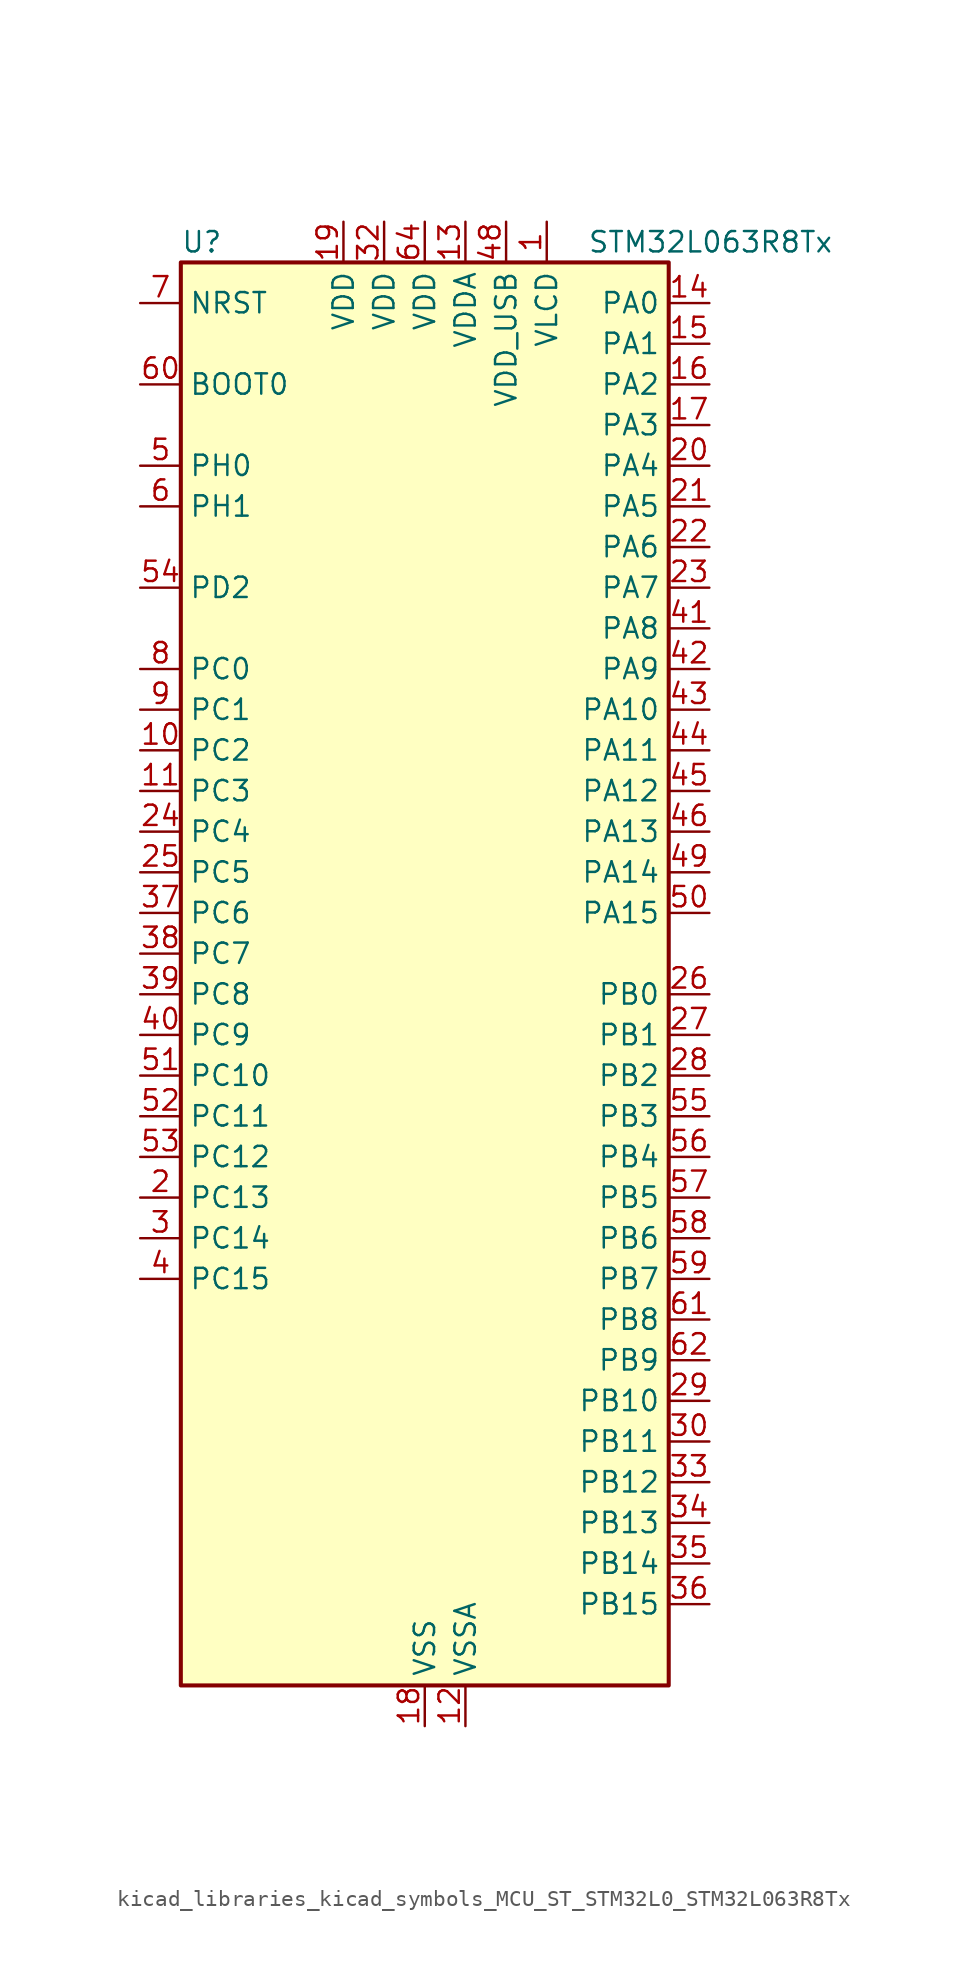
<source format=kicad_sym>
(kicad_symbol_lib
  (version 20220914)
  (generator kicad_symbol_editor)
  (symbol "kicad_libraries_kicad_symbols_MCU_ST_STM32L0_STM32L063R8Tx"
    (property "Reference" "U"
      (at -15.24 46.99 0)
      (effects (font (size 1.27 1.27)) (justify left)))
    (property "Value" "STM32L063R8Tx"
      (at 10.16 46.99 0)
      (effects (font (size 1.27 1.27)) (justify left)))
    (property "ki_locked" ""
      (at 0 0 0)
      (effects (font (size 1.27 1.27))))
    (symbol "kicad_libraries_kicad_symbols_MCU_ST_STM32L0_STM32L063R8Tx_0_1"
      (rectangle (start -15.24 -43.18) (end 15.24 45.72) (stroke (width 0.254) (type default)) (fill (type background))))
    (symbol "kicad_libraries_kicad_symbols_MCU_ST_STM32L0_STM32L063R8Tx_1_1"
      (pin power_in line (at 7.62 48.26 270) (length 2.54) (name "VLCD" (effects (font (size 1.27 1.27)))) (number "1" (effects (font (size 1.27 1.27)))))
      (pin bidirectional line (at -17.78 15.24 0) (length 2.54) (name "PC2" (effects (font (size 1.27 1.27)))) (number "10" (effects (font (size 1.27 1.27)))) (alternate "ADC_IN12" bidirectional line) (alternate "I2S2_MCK" bidirectional line) (alternate "LCD_SEG20" bidirectional line) (alternate "LPTIM1_IN2" bidirectional line) (alternate "SPI2_MISO" bidirectional line) (alternate "TSC_G7_IO3" bidirectional line))
      (pin bidirectional line (at -17.78 12.7 0) (length 2.54) (name "PC3" (effects (font (size 1.27 1.27)))) (number "11" (effects (font (size 1.27 1.27)))) (alternate "ADC_IN13" bidirectional line) (alternate "I2S2_SD" bidirectional line) (alternate "LCD_SEG21" bidirectional line) (alternate "LPTIM1_ETR" bidirectional line) (alternate "SPI2_MOSI" bidirectional line) (alternate "TSC_G7_IO4" bidirectional line))
      (pin power_in line (at 2.54 -45.72 90) (length 2.54) (name "VSSA" (effects (font (size 1.27 1.27)))) (number "12" (effects (font (size 1.27 1.27)))))
      (pin power_in line (at 2.54 48.26 270) (length 2.54) (name "VDDA" (effects (font (size 1.27 1.27)))) (number "13" (effects (font (size 1.27 1.27)))))
      (pin bidirectional line (at 17.78 43.18 180) (length 2.54) (name "PA0" (effects (font (size 1.27 1.27)))) (number "14" (effects (font (size 1.27 1.27)))) (alternate "ADC_IN0" bidirectional line) (alternate "COMP1_INM" bidirectional line) (alternate "COMP1_OUT" bidirectional line) (alternate "RTC_TAMP2" bidirectional line) (alternate "SYS_WKUP1" bidirectional line) (alternate "TIM2_CH1" bidirectional line) (alternate "TIM2_ETR" bidirectional line) (alternate "TSC_G1_IO1" bidirectional line) (alternate "USART2_CTS" bidirectional line))
      (pin bidirectional line (at 17.78 40.64 180) (length 2.54) (name "PA1" (effects (font (size 1.27 1.27)))) (number "15" (effects (font (size 1.27 1.27)))) (alternate "ADC_IN1" bidirectional line) (alternate "COMP1_INP" bidirectional line) (alternate "LCD_SEG0" bidirectional line) (alternate "TIM21_ETR" bidirectional line) (alternate "TIM2_CH2" bidirectional line) (alternate "TSC_G1_IO2" bidirectional line) (alternate "USART2_DE" bidirectional line) (alternate "USART2_RTS" bidirectional line))
      (pin bidirectional line (at 17.78 38.1 180) (length 2.54) (name "PA2" (effects (font (size 1.27 1.27)))) (number "16" (effects (font (size 1.27 1.27)))) (alternate "ADC_IN2" bidirectional line) (alternate "COMP2_INM" bidirectional line) (alternate "COMP2_OUT" bidirectional line) (alternate "LCD_SEG1" bidirectional line) (alternate "TIM21_CH1" bidirectional line) (alternate "TIM2_CH3" bidirectional line) (alternate "TSC_G1_IO3" bidirectional line) (alternate "USART2_TX" bidirectional line))
      (pin bidirectional line (at 17.78 35.56 180) (length 2.54) (name "PA3" (effects (font (size 1.27 1.27)))) (number "17" (effects (font (size 1.27 1.27)))) (alternate "ADC_IN3" bidirectional line) (alternate "COMP2_INP" bidirectional line) (alternate "LCD_SEG2" bidirectional line) (alternate "TIM21_CH2" bidirectional line) (alternate "TIM2_CH4" bidirectional line) (alternate "TSC_G1_IO4" bidirectional line) (alternate "USART2_RX" bidirectional line))
      (pin power_in line (at 0 -45.72 90) (length 2.54) (name "VSS" (effects (font (size 1.27 1.27)))) (number "18" (effects (font (size 1.27 1.27)))))
      (pin power_in line (at -5.08 48.26 270) (length 2.54) (name "VDD" (effects (font (size 1.27 1.27)))) (number "19" (effects (font (size 1.27 1.27)))))
      (pin bidirectional line (at -17.78 -12.7 0) (length 2.54) (name "PC13" (effects (font (size 1.27 1.27)))) (number "2" (effects (font (size 1.27 1.27)))) (alternate "RTC_OUT_ALARM" bidirectional line) (alternate "RTC_OUT_CALIB" bidirectional line) (alternate "RTC_TAMP1" bidirectional line) (alternate "RTC_TS" bidirectional line) (alternate "SYS_WKUP2" bidirectional line))
      (pin bidirectional line (at 17.78 33.02 180) (length 2.54) (name "PA4" (effects (font (size 1.27 1.27)))) (number "20" (effects (font (size 1.27 1.27)))) (alternate "ADC_IN4" bidirectional line) (alternate "COMP1_INM" bidirectional line) (alternate "COMP2_INM" bidirectional line) (alternate "DAC_OUT1" bidirectional line) (alternate "SPI1_NSS" bidirectional line) (alternate "TIM22_ETR" bidirectional line) (alternate "TSC_G2_IO1" bidirectional line) (alternate "USART2_CK" bidirectional line))
      (pin bidirectional line (at 17.78 30.48 180) (length 2.54) (name "PA5" (effects (font (size 1.27 1.27)))) (number "21" (effects (font (size 1.27 1.27)))) (alternate "ADC_IN5" bidirectional line) (alternate "COMP1_INM" bidirectional line) (alternate "COMP2_INM" bidirectional line) (alternate "SPI1_SCK" bidirectional line) (alternate "TIM2_CH1" bidirectional line) (alternate "TIM2_ETR" bidirectional line) (alternate "TSC_G2_IO2" bidirectional line))
      (pin bidirectional line (at 17.78 27.94 180) (length 2.54) (name "PA6" (effects (font (size 1.27 1.27)))) (number "22" (effects (font (size 1.27 1.27)))) (alternate "ADC_IN6" bidirectional line) (alternate "COMP1_OUT" bidirectional line) (alternate "LCD_SEG3" bidirectional line) (alternate "LPUART1_CTS" bidirectional line) (alternate "SPI1_MISO" bidirectional line) (alternate "TIM22_CH1" bidirectional line) (alternate "TSC_G2_IO3" bidirectional line))
      (pin bidirectional line (at 17.78 25.4 180) (length 2.54) (name "PA7" (effects (font (size 1.27 1.27)))) (number "23" (effects (font (size 1.27 1.27)))) (alternate "ADC_IN7" bidirectional line) (alternate "COMP2_OUT" bidirectional line) (alternate "LCD_SEG4" bidirectional line) (alternate "SPI1_MOSI" bidirectional line) (alternate "TIM22_CH2" bidirectional line) (alternate "TSC_G2_IO4" bidirectional line))
      (pin bidirectional line (at -17.78 10.16 0) (length 2.54) (name "PC4" (effects (font (size 1.27 1.27)))) (number "24" (effects (font (size 1.27 1.27)))) (alternate "ADC_IN14" bidirectional line) (alternate "LCD_SEG22" bidirectional line) (alternate "LPUART1_TX" bidirectional line))
      (pin bidirectional line (at -17.78 7.62 0) (length 2.54) (name "PC5" (effects (font (size 1.27 1.27)))) (number "25" (effects (font (size 1.27 1.27)))) (alternate "ADC_IN15" bidirectional line) (alternate "LCD_SEG23" bidirectional line) (alternate "LPUART1_RX" bidirectional line) (alternate "TSC_G3_IO1" bidirectional line))
      (pin bidirectional line (at 17.78 0 180) (length 2.54) (name "PB0" (effects (font (size 1.27 1.27)))) (number "26" (effects (font (size 1.27 1.27)))) (alternate "ADC_IN8" bidirectional line) (alternate "LCD_SEG5" bidirectional line) (alternate "LCD_VLCD3" bidirectional line) (alternate "SYS_VREF_OUT_PB0" bidirectional line) (alternate "TSC_G3_IO2" bidirectional line))
      (pin bidirectional line (at 17.78 -2.54 180) (length 2.54) (name "PB1" (effects (font (size 1.27 1.27)))) (number "27" (effects (font (size 1.27 1.27)))) (alternate "ADC_IN9" bidirectional line) (alternate "LCD_SEG6" bidirectional line) (alternate "LPUART1_DE" bidirectional line) (alternate "LPUART1_RTS" bidirectional line) (alternate "SYS_VREF_OUT_PB1" bidirectional line) (alternate "TSC_G3_IO3" bidirectional line))
      (pin bidirectional line (at 17.78 -5.08 180) (length 2.54) (name "PB2" (effects (font (size 1.27 1.27)))) (number "28" (effects (font (size 1.27 1.27)))) (alternate "LCD_VLCD1" bidirectional line) (alternate "LPTIM1_OUT" bidirectional line) (alternate "TSC_G3_IO4" bidirectional line))
      (pin bidirectional line (at 17.78 -25.4 180) (length 2.54) (name "PB10" (effects (font (size 1.27 1.27)))) (number "29" (effects (font (size 1.27 1.27)))) (alternate "I2C2_SCL" bidirectional line) (alternate "LCD_SEG10" bidirectional line) (alternate "LPUART1_TX" bidirectional line) (alternate "SPI2_SCK" bidirectional line) (alternate "TIM2_CH3" bidirectional line) (alternate "TSC_SYNC" bidirectional line))
      (pin bidirectional line (at -17.78 -15.24 0) (length 2.54) (name "PC14" (effects (font (size 1.27 1.27)))) (number "3" (effects (font (size 1.27 1.27)))) (alternate "RCC_OSC32_IN" bidirectional line))
      (pin bidirectional line (at 17.78 -27.94 180) (length 2.54) (name "PB11" (effects (font (size 1.27 1.27)))) (number "30" (effects (font (size 1.27 1.27)))) (alternate "ADC_EXTI11" bidirectional line) (alternate "I2C2_SDA" bidirectional line) (alternate "LCD_SEG11" bidirectional line) (alternate "LPUART1_RX" bidirectional line) (alternate "TIM2_CH4" bidirectional line) (alternate "TSC_G6_IO1" bidirectional line))
      (pin passive line (at 0 -45.72 90) (length 2.54) hide (name "VSS" (effects (font (size 1.27 1.27)))) (number "31" (effects (font (size 1.27 1.27)))))
      (pin power_in line (at -2.54 48.26 270) (length 2.54) (name "VDD" (effects (font (size 1.27 1.27)))) (number "32" (effects (font (size 1.27 1.27)))))
      (pin bidirectional line (at 17.78 -30.48 180) (length 2.54) (name "PB12" (effects (font (size 1.27 1.27)))) (number "33" (effects (font (size 1.27 1.27)))) (alternate "I2S2_WS" bidirectional line) (alternate "LCD_SEG12" bidirectional line) (alternate "LCD_VLCD2" bidirectional line) (alternate "LPUART1_DE" bidirectional line) (alternate "LPUART1_RTS" bidirectional line) (alternate "SPI2_NSS" bidirectional line) (alternate "TSC_G6_IO2" bidirectional line))
      (pin bidirectional line (at 17.78 -33.02 180) (length 2.54) (name "PB13" (effects (font (size 1.27 1.27)))) (number "34" (effects (font (size 1.27 1.27)))) (alternate "I2C2_SCL" bidirectional line) (alternate "I2S2_CK" bidirectional line) (alternate "LCD_SEG13" bidirectional line) (alternate "LPUART1_CTS" bidirectional line) (alternate "SPI2_SCK" bidirectional line) (alternate "TIM21_CH1" bidirectional line) (alternate "TSC_G6_IO3" bidirectional line))
      (pin bidirectional line (at 17.78 -35.56 180) (length 2.54) (name "PB14" (effects (font (size 1.27 1.27)))) (number "35" (effects (font (size 1.27 1.27)))) (alternate "I2C2_SDA" bidirectional line) (alternate "I2S2_MCK" bidirectional line) (alternate "LCD_SEG14" bidirectional line) (alternate "LPUART1_DE" bidirectional line) (alternate "LPUART1_RTS" bidirectional line) (alternate "RTC_OUT_ALARM" bidirectional line) (alternate "RTC_OUT_CALIB" bidirectional line) (alternate "SPI2_MISO" bidirectional line) (alternate "TIM21_CH2" bidirectional line) (alternate "TSC_G6_IO4" bidirectional line))
      (pin bidirectional line (at 17.78 -38.1 180) (length 2.54) (name "PB15" (effects (font (size 1.27 1.27)))) (number "36" (effects (font (size 1.27 1.27)))) (alternate "I2S2_SD" bidirectional line) (alternate "LCD_SEG15" bidirectional line) (alternate "RTC_REFIN" bidirectional line) (alternate "SPI2_MOSI" bidirectional line))
      (pin bidirectional line (at -17.78 5.08 0) (length 2.54) (name "PC6" (effects (font (size 1.27 1.27)))) (number "37" (effects (font (size 1.27 1.27)))) (alternate "LCD_SEG24" bidirectional line) (alternate "TIM22_CH1" bidirectional line) (alternate "TSC_G8_IO1" bidirectional line))
      (pin bidirectional line (at -17.78 2.54 0) (length 2.54) (name "PC7" (effects (font (size 1.27 1.27)))) (number "38" (effects (font (size 1.27 1.27)))) (alternate "LCD_SEG25" bidirectional line) (alternate "TIM22_CH2" bidirectional line) (alternate "TSC_G8_IO2" bidirectional line))
      (pin bidirectional line (at -17.78 0 0) (length 2.54) (name "PC8" (effects (font (size 1.27 1.27)))) (number "39" (effects (font (size 1.27 1.27)))) (alternate "LCD_SEG26" bidirectional line) (alternate "TIM22_ETR" bidirectional line) (alternate "TSC_G8_IO3" bidirectional line))
      (pin bidirectional line (at -17.78 -17.78 0) (length 2.54) (name "PC15" (effects (font (size 1.27 1.27)))) (number "4" (effects (font (size 1.27 1.27)))) (alternate "RCC_OSC32_OUT" bidirectional line))
      (pin bidirectional line (at -17.78 -2.54 0) (length 2.54) (name "PC9" (effects (font (size 1.27 1.27)))) (number "40" (effects (font (size 1.27 1.27)))) (alternate "DAC_EXTI9" bidirectional line) (alternate "LCD_SEG27" bidirectional line) (alternate "TIM21_ETR" bidirectional line) (alternate "TSC_G8_IO4" bidirectional line) (alternate "USB_NOE" bidirectional line))
      (pin bidirectional line (at 17.78 22.86 180) (length 2.54) (name "PA8" (effects (font (size 1.27 1.27)))) (number "41" (effects (font (size 1.27 1.27)))) (alternate "CRS_SYNC" bidirectional line) (alternate "LCD_COM0" bidirectional line) (alternate "RCC_MCO" bidirectional line) (alternate "USART1_CK" bidirectional line))
      (pin bidirectional line (at 17.78 20.32 180) (length 2.54) (name "PA9" (effects (font (size 1.27 1.27)))) (number "42" (effects (font (size 1.27 1.27)))) (alternate "DAC_EXTI9" bidirectional line) (alternate "LCD_COM1" bidirectional line) (alternate "RCC_MCO" bidirectional line) (alternate "TSC_G4_IO1" bidirectional line) (alternate "USART1_TX" bidirectional line))
      (pin bidirectional line (at 17.78 17.78 180) (length 2.54) (name "PA10" (effects (font (size 1.27 1.27)))) (number "43" (effects (font (size 1.27 1.27)))) (alternate "LCD_COM2" bidirectional line) (alternate "TSC_G4_IO2" bidirectional line) (alternate "USART1_RX" bidirectional line))
      (pin bidirectional line (at 17.78 15.24 180) (length 2.54) (name "PA11" (effects (font (size 1.27 1.27)))) (number "44" (effects (font (size 1.27 1.27)))) (alternate "ADC_EXTI11" bidirectional line) (alternate "COMP1_OUT" bidirectional line) (alternate "SPI1_MISO" bidirectional line) (alternate "TSC_G4_IO3" bidirectional line) (alternate "USART1_CTS" bidirectional line) (alternate "USB_DM" bidirectional line))
      (pin bidirectional line (at 17.78 12.7 180) (length 2.54) (name "PA12" (effects (font (size 1.27 1.27)))) (number "45" (effects (font (size 1.27 1.27)))) (alternate "COMP2_OUT" bidirectional line) (alternate "SPI1_MOSI" bidirectional line) (alternate "TSC_G4_IO4" bidirectional line) (alternate "USART1_DE" bidirectional line) (alternate "USART1_RTS" bidirectional line) (alternate "USB_DP" bidirectional line))
      (pin bidirectional line (at 17.78 10.16 180) (length 2.54) (name "PA13" (effects (font (size 1.27 1.27)))) (number "46" (effects (font (size 1.27 1.27)))) (alternate "SYS_SWDIO" bidirectional line) (alternate "USB_NOE" bidirectional line))
      (pin passive line (at 0 -45.72 90) (length 2.54) hide (name "VSS" (effects (font (size 1.27 1.27)))) (number "47" (effects (font (size 1.27 1.27)))))
      (pin power_in line (at 5.08 48.26 270) (length 2.54) (name "VDD_USB" (effects (font (size 1.27 1.27)))) (number "48" (effects (font (size 1.27 1.27)))))
      (pin bidirectional line (at 17.78 7.62 180) (length 2.54) (name "PA14" (effects (font (size 1.27 1.27)))) (number "49" (effects (font (size 1.27 1.27)))) (alternate "SYS_SWCLK" bidirectional line) (alternate "USART2_TX" bidirectional line))
      (pin bidirectional line (at -17.78 33.02 0) (length 2.54) (name "PH0" (effects (font (size 1.27 1.27)))) (number "5" (effects (font (size 1.27 1.27)))) (alternate "CRS_SYNC" bidirectional line) (alternate "RCC_OSC_IN" bidirectional line))
      (pin bidirectional line (at 17.78 5.08 180) (length 2.54) (name "PA15" (effects (font (size 1.27 1.27)))) (number "50" (effects (font (size 1.27 1.27)))) (alternate "LCD_SEG17" bidirectional line) (alternate "SPI1_NSS" bidirectional line) (alternate "TIM2_CH1" bidirectional line) (alternate "TIM2_ETR" bidirectional line) (alternate "USART2_RX" bidirectional line))
      (pin bidirectional line (at -17.78 -5.08 0) (length 2.54) (name "PC10" (effects (font (size 1.27 1.27)))) (number "51" (effects (font (size 1.27 1.27)))) (alternate "LCD_COM4" bidirectional line) (alternate "LCD_SEG28" bidirectional line) (alternate "LPUART1_TX" bidirectional line))
      (pin bidirectional line (at -17.78 -7.62 0) (length 2.54) (name "PC11" (effects (font (size 1.27 1.27)))) (number "52" (effects (font (size 1.27 1.27)))) (alternate "ADC_EXTI11" bidirectional line) (alternate "LCD_COM5" bidirectional line) (alternate "LCD_SEG29" bidirectional line) (alternate "LPUART1_RX" bidirectional line))
      (pin bidirectional line (at -17.78 -10.16 0) (length 2.54) (name "PC12" (effects (font (size 1.27 1.27)))) (number "53" (effects (font (size 1.27 1.27)))) (alternate "LCD_COM6" bidirectional line) (alternate "LCD_SEG30" bidirectional line))
      (pin bidirectional line (at -17.78 25.4 0) (length 2.54) (name "PD2" (effects (font (size 1.27 1.27)))) (number "54" (effects (font (size 1.27 1.27)))) (alternate "LCD_COM7" bidirectional line) (alternate "LCD_SEG31" bidirectional line) (alternate "LPUART1_DE" bidirectional line) (alternate "LPUART1_RTS" bidirectional line))
      (pin bidirectional line (at 17.78 -7.62 180) (length 2.54) (name "PB3" (effects (font (size 1.27 1.27)))) (number "55" (effects (font (size 1.27 1.27)))) (alternate "COMP2_INM" bidirectional line) (alternate "LCD_SEG7" bidirectional line) (alternate "SPI1_SCK" bidirectional line) (alternate "TIM2_CH2" bidirectional line) (alternate "TSC_G5_IO1" bidirectional line))
      (pin bidirectional line (at 17.78 -10.16 180) (length 2.54) (name "PB4" (effects (font (size 1.27 1.27)))) (number "56" (effects (font (size 1.27 1.27)))) (alternate "COMP2_INP" bidirectional line) (alternate "LCD_SEG8" bidirectional line) (alternate "SPI1_MISO" bidirectional line) (alternate "TIM22_CH1" bidirectional line) (alternate "TSC_G5_IO2" bidirectional line))
      (pin bidirectional line (at 17.78 -12.7 180) (length 2.54) (name "PB5" (effects (font (size 1.27 1.27)))) (number "57" (effects (font (size 1.27 1.27)))) (alternate "COMP2_INP" bidirectional line) (alternate "I2C1_SMBA" bidirectional line) (alternate "LCD_SEG9" bidirectional line) (alternate "LPTIM1_IN1" bidirectional line) (alternate "SPI1_MOSI" bidirectional line) (alternate "TIM22_CH2" bidirectional line))
      (pin bidirectional line (at 17.78 -15.24 180) (length 2.54) (name "PB6" (effects (font (size 1.27 1.27)))) (number "58" (effects (font (size 1.27 1.27)))) (alternate "COMP2_INP" bidirectional line) (alternate "I2C1_SCL" bidirectional line) (alternate "LPTIM1_ETR" bidirectional line) (alternate "TSC_G5_IO3" bidirectional line) (alternate "USART1_TX" bidirectional line))
      (pin bidirectional line (at 17.78 -17.78 180) (length 2.54) (name "PB7" (effects (font (size 1.27 1.27)))) (number "59" (effects (font (size 1.27 1.27)))) (alternate "COMP2_INP" bidirectional line) (alternate "I2C1_SDA" bidirectional line) (alternate "LPTIM1_IN2" bidirectional line) (alternate "SYS_PVD_IN" bidirectional line) (alternate "TSC_G5_IO4" bidirectional line) (alternate "USART1_RX" bidirectional line))
      (pin bidirectional line (at -17.78 30.48 0) (length 2.54) (name "PH1" (effects (font (size 1.27 1.27)))) (number "6" (effects (font (size 1.27 1.27)))) (alternate "RCC_OSC_OUT" bidirectional line))
      (pin input line (at -17.78 38.1 0) (length 2.54) (name "BOOT0" (effects (font (size 1.27 1.27)))) (number "60" (effects (font (size 1.27 1.27)))))
      (pin bidirectional line (at 17.78 -20.32 180) (length 2.54) (name "PB8" (effects (font (size 1.27 1.27)))) (number "61" (effects (font (size 1.27 1.27)))) (alternate "I2C1_SCL" bidirectional line) (alternate "LCD_SEG16" bidirectional line) (alternate "TSC_SYNC" bidirectional line))
      (pin bidirectional line (at 17.78 -22.86 180) (length 2.54) (name "PB9" (effects (font (size 1.27 1.27)))) (number "62" (effects (font (size 1.27 1.27)))) (alternate "DAC_EXTI9" bidirectional line) (alternate "I2C1_SDA" bidirectional line) (alternate "I2S2_WS" bidirectional line) (alternate "LCD_COM3" bidirectional line) (alternate "SPI2_NSS" bidirectional line))
      (pin passive line (at 0 -45.72 90) (length 2.54) hide (name "VSS" (effects (font (size 1.27 1.27)))) (number "63" (effects (font (size 1.27 1.27)))))
      (pin power_in line (at 0 48.26 270) (length 2.54) (name "VDD" (effects (font (size 1.27 1.27)))) (number "64" (effects (font (size 1.27 1.27)))))
      (pin input line (at -17.78 43.18 0) (length 2.54) (name "NRST" (effects (font (size 1.27 1.27)))) (number "7" (effects (font (size 1.27 1.27)))))
      (pin bidirectional line (at -17.78 20.32 0) (length 2.54) (name "PC0" (effects (font (size 1.27 1.27)))) (number "8" (effects (font (size 1.27 1.27)))) (alternate "ADC_IN10" bidirectional line) (alternate "LCD_SEG18" bidirectional line) (alternate "LPTIM1_IN1" bidirectional line) (alternate "TSC_G7_IO1" bidirectional line))
      (pin bidirectional line (at -17.78 17.78 0) (length 2.54) (name "PC1" (effects (font (size 1.27 1.27)))) (number "9" (effects (font (size 1.27 1.27)))) (alternate "ADC_IN11" bidirectional line) (alternate "LCD_SEG19" bidirectional line) (alternate "LPTIM1_OUT" bidirectional line) (alternate "TSC_G7_IO2" bidirectional line)))))
</source>
